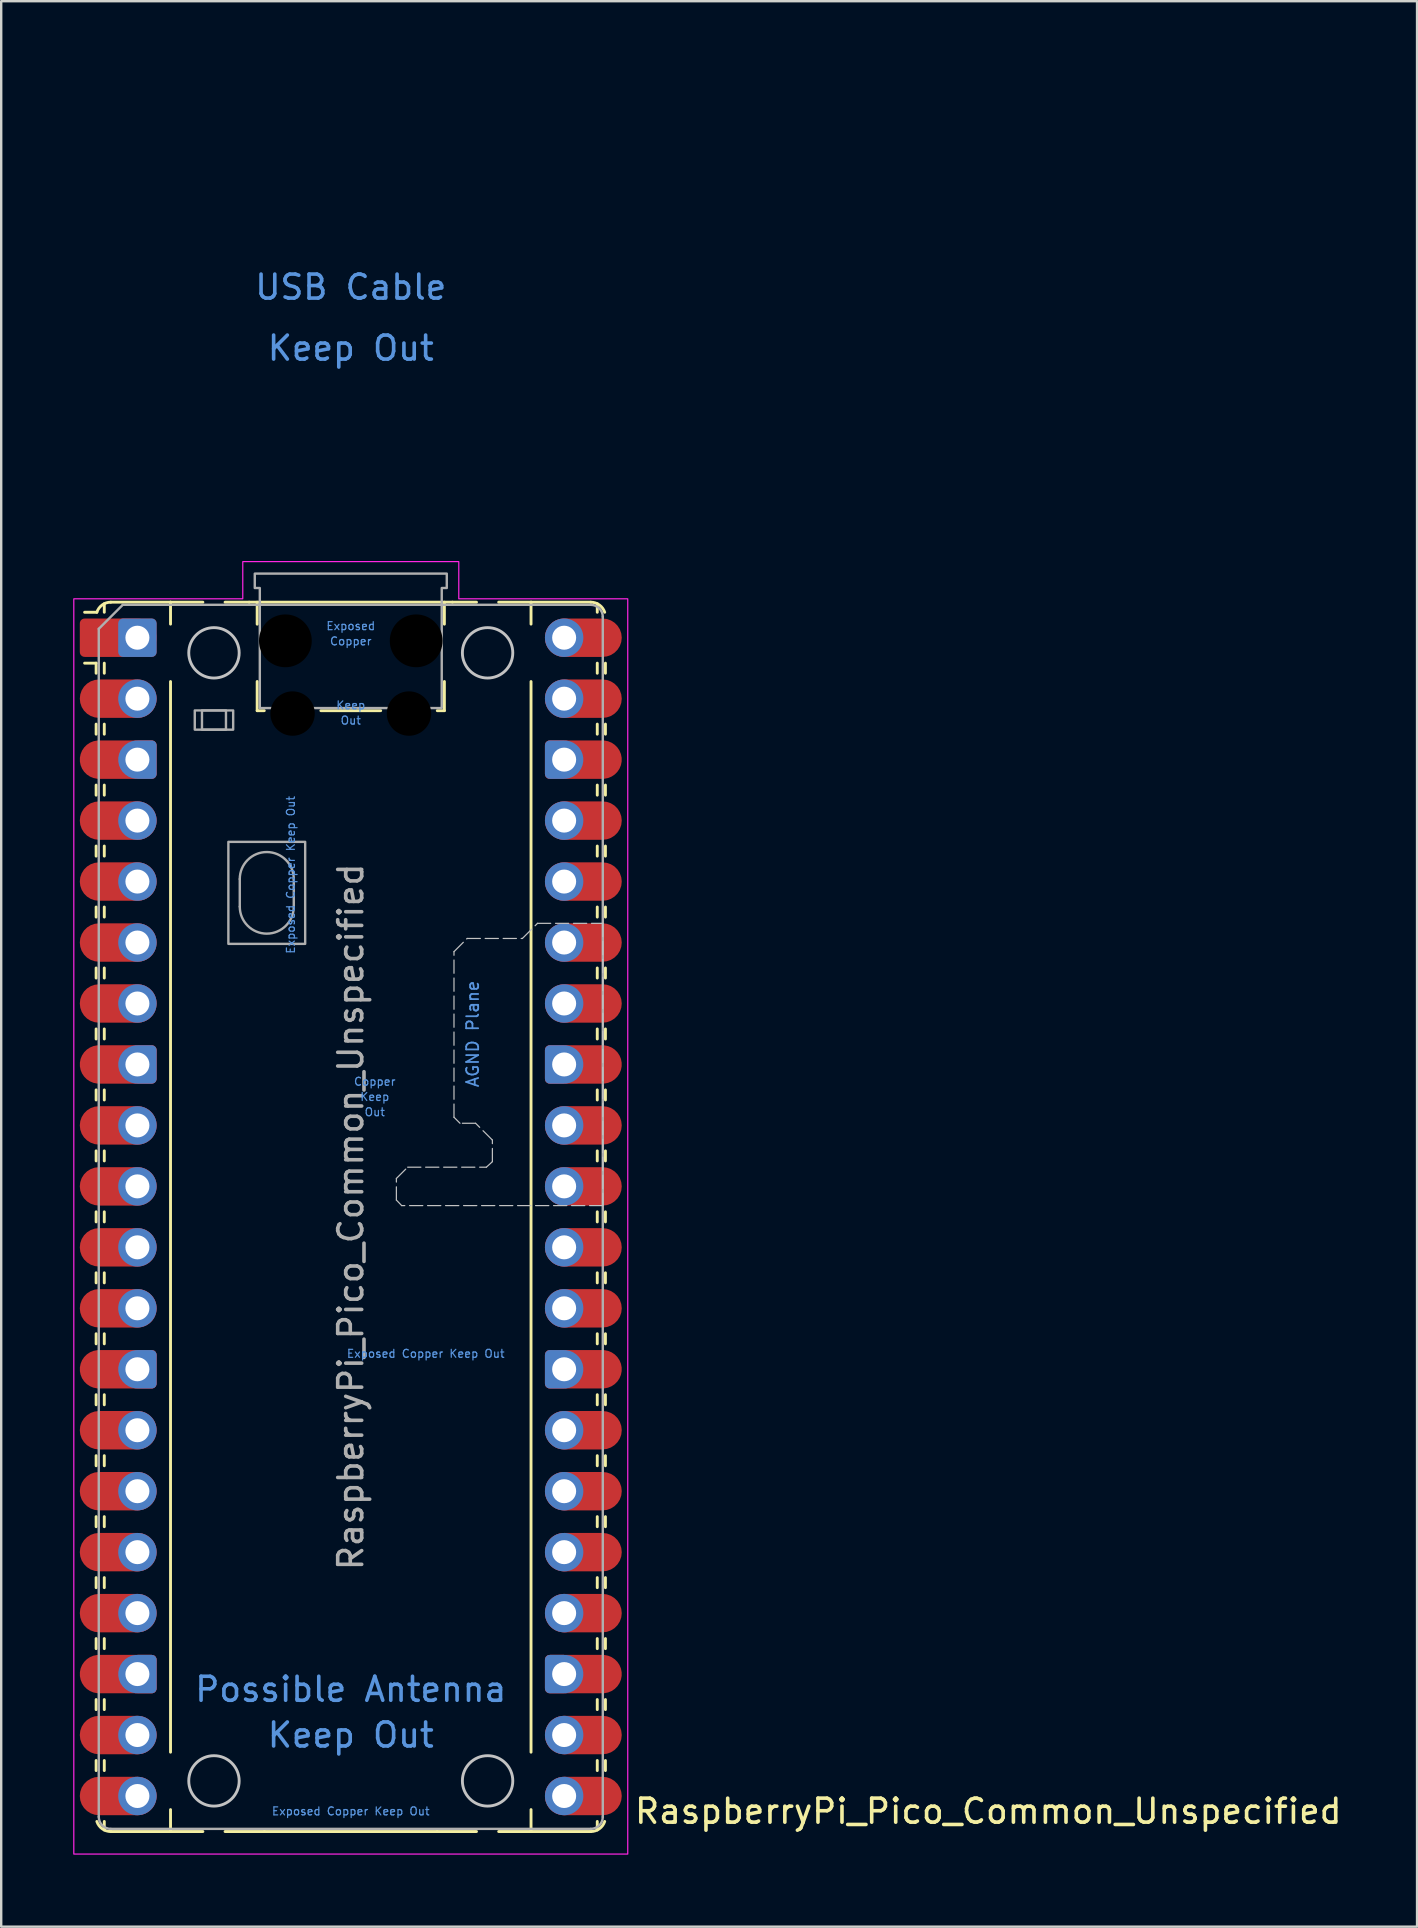
<source format=kicad_pcb>
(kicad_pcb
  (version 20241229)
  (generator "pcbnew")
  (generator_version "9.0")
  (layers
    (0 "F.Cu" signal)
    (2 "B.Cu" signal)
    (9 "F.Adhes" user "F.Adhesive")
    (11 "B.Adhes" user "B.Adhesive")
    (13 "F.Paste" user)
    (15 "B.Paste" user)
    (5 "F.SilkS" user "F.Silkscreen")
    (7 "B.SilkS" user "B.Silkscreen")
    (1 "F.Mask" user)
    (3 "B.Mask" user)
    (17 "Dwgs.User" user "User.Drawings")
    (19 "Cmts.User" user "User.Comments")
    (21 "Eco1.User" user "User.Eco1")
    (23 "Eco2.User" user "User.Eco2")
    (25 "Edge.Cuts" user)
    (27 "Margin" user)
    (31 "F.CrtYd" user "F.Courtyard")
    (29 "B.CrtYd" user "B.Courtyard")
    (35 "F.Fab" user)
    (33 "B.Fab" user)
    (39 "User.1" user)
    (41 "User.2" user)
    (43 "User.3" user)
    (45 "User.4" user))
  (footprint "RaspberryPi_Pico_Common_Unspecified"
    (layer "F.Cu")
    (at 11.565 47.65)
    (property "Reference" "RaspberryPi_Pico_Common_Unspecified" (at 11.748 24.765 0) (unlocked yes) (layer "F.SilkS") (effects (font (size 1 1) (thickness 0.15)) (justify left)))
    (attr through_hole)
    (fp_line (start -10.61 -23.07) (end -11.09 -23.07) (stroke (width 0.12) (type solid)) (layer "F.SilkS"))
    (fp_line (start -10.61 -23.07) (end -10.61 -22.65) (stroke (width 0.12) (type solid)) (layer "F.SilkS"))
    (fp_line (start -10.61 -20.53) (end -10.61 -20.11) (stroke (width 0.12) (type solid)) (layer "F.SilkS"))
    (fp_line (start -10.61 -17.99) (end -10.61 -17.57) (stroke (width 0.12) (type solid)) (layer "F.SilkS"))
    (fp_line (start -10.61 -15.45) (end -10.61 -15.03) (stroke (width 0.12) (type solid)) (layer "F.SilkS"))
    (fp_line (start -10.61 -12.91) (end -10.61 -12.49) (stroke (width 0.12) (type solid)) (layer "F.SilkS"))
    (fp_line (start -10.61 -10.37) (end -10.61 -9.95) (stroke (width 0.12) (type solid)) (layer "F.SilkS"))
    (fp_line (start -10.61 -7.83) (end -10.61 -7.41) (stroke (width 0.12) (type solid)) (layer "F.SilkS"))
    (fp_line (start -10.61 -5.29) (end -10.61 -4.87) (stroke (width 0.12) (type solid)) (layer "F.SilkS"))
    (fp_line (start -10.61 -2.75) (end -10.61 -2.33) (stroke (width 0.12) (type solid)) (layer "F.SilkS"))
    (fp_line (start -10.61 -0.21) (end -10.61 0.21) (stroke (width 0.12) (type solid)) (layer "F.SilkS"))
    (fp_line (start -10.61 2.33) (end -10.61 2.75) (stroke (width 0.12) (type solid)) (layer "F.SilkS"))
    (fp_line (start -10.61 4.87) (end -10.61 5.29) (stroke (width 0.12) (type solid)) (layer "F.SilkS"))
    (fp_line (start -10.61 7.41) (end -10.61 7.83) (stroke (width 0.12) (type solid)) (layer "F.SilkS"))
    (fp_line (start -10.61 9.95) (end -10.61 10.37) (stroke (width 0.12) (type solid)) (layer "F.SilkS"))
    (fp_line (start -10.61 12.49) (end -10.61 12.91) (stroke (width 0.12) (type solid)) (layer "F.SilkS"))
    (fp_line (start -10.61 15.03) (end -10.61 15.45) (stroke (width 0.12) (type solid)) (layer "F.SilkS"))
    (fp_line (start -10.61 17.57) (end -10.61 17.99) (stroke (width 0.12) (type solid)) (layer "F.SilkS"))
    (fp_line (start -10.61 20.11) (end -10.61 20.53) (stroke (width 0.12) (type solid)) (layer "F.SilkS"))
    (fp_line (start -10.61 22.65) (end -10.61 23.07) (stroke (width 0.12) (type solid)) (layer "F.SilkS"))
    (fp_line (start -10.58 -25.19) (end -11.09 -25.19) (stroke (width 0.12) (type solid)) (layer "F.SilkS"))
    (fp_line (start -10.27 -25.19) (end -10.27 -25.547) (stroke (width 0.12) (type solid)) (layer "F.SilkS"))
    (fp_line (start -10.27 -23.07) (end -10.27 -22.65) (stroke (width 0.12) (type solid)) (layer "F.SilkS"))
    (fp_line (start -10.27 -20.53) (end -10.27 -20.11) (stroke (width 0.12) (type solid)) (layer "F.SilkS"))
    (fp_line (start -10.27 -17.99) (end -10.27 -17.57) (stroke (width 0.12) (type solid)) (layer "F.SilkS"))
    (fp_line (start -10.27 -15.45) (end -10.27 -15.03) (stroke (width 0.12) (type solid)) (layer "F.SilkS"))
    (fp_line (start -10.27 -12.91) (end -10.27 -12.49) (stroke (width 0.12) (type solid)) (layer "F.SilkS"))
    (fp_line (start -10.27 -10.37) (end -10.27 -9.95) (stroke (width 0.12) (type solid)) (layer "F.SilkS"))
    (fp_line (start -10.27 -7.83) (end -10.27 -7.41) (stroke (width 0.12) (type solid)) (layer "F.SilkS"))
    (fp_line (start -10.27 -5.29) (end -10.27 -4.87) (stroke (width 0.12) (type solid)) (layer "F.SilkS"))
    (fp_line (start -10.27 -2.75) (end -10.27 -2.33) (stroke (width 0.12) (type solid)) (layer "F.SilkS"))
    (fp_line (start -10.27 -0.21) (end -10.27 0.21) (stroke (width 0.12) (type solid)) (layer "F.SilkS"))
    (fp_line (start -10.27 2.33) (end -10.27 2.75) (stroke (width 0.12) (type solid)) (layer "F.SilkS"))
    (fp_line (start -10.27 4.87) (end -10.27 5.29) (stroke (width 0.12) (type solid)) (layer "F.SilkS"))
    (fp_line (start -10.27 7.41) (end -10.27 7.83) (stroke (width 0.12) (type solid)) (layer "F.SilkS"))
    (fp_line (start -10.27 9.95) (end -10.27 10.37) (stroke (width 0.12) (type solid)) (layer "F.SilkS"))
    (fp_line (start -10.27 12.49) (end -10.27 12.91) (stroke (width 0.12) (type solid)) (layer "F.SilkS"))
    (fp_line (start -10.27 15.03) (end -10.27 15.45) (stroke (width 0.12) (type solid)) (layer "F.SilkS"))
    (fp_line (start -10.27 17.57) (end -10.27 17.99) (stroke (width 0.12) (type solid)) (layer "F.SilkS"))
    (fp_line (start -10.27 20.11) (end -10.27 20.53) (stroke (width 0.12) (type solid)) (layer "F.SilkS"))
    (fp_line (start -10.27 22.65) (end -10.27 23.07) (stroke (width 0.12) (type solid)) (layer "F.SilkS"))
    (fp_line (start -10.27 25.19) (end -10.27 25.547) (stroke (width 0.12) (type solid)) (layer "F.SilkS"))
    (fp_line (start -10 -25.61) (end -7.51 -25.61) (stroke (width 0.12) (type solid)) (layer "F.SilkS"))
    (fp_line (start -10 25.61) (end -6.162 25.61) (stroke (width 0.12) (type solid)) (layer "F.SilkS"))
    (fp_line (start -7.51 -25.61) (end -7.51 -24.696) (stroke (width 0.12) (type solid)) (layer "F.SilkS"))
    (fp_line (start -7.51 -25.61) (end -6.162 -25.61) (stroke (width 0.12) (type solid)) (layer "F.SilkS"))
    (fp_line (start -7.51 -22.304) (end -7.51 22.304) (stroke (width 0.12) (type solid)) (layer "F.SilkS"))
    (fp_line (start -7.51 24.696) (end -7.51 25.61) (stroke (width 0.12) (type solid)) (layer "F.SilkS"))
    (fp_line (start -5.238 -25.61) (end -4.235 -25.61) (stroke (width 0.12) (type solid)) (layer "F.SilkS"))
    (fp_line (start -4.235 -25.61) (end 4.235 -25.61) (stroke (width 0.12) (type solid)) (layer "F.SilkS"))
    (fp_line (start -3.9 -25.61) (end -3.9 -24.694) (stroke (width 0.12) (type solid)) (layer "F.SilkS"))
    (fp_line (start -3.9 -22.306) (end -3.9 -21.09) (stroke (width 0.12) (type solid)) (layer "F.SilkS"))
    (fp_line (start -3.9 -21.09) (end -3.604 -21.09) (stroke (width 0.12) (type solid)) (layer "F.SilkS"))
    (fp_line (start -3.6 25.61) (end -5.238 25.61) (stroke (width 0.12) (type solid)) (layer "F.SilkS"))
    (fp_line (start -1.246 -21.09) (end 1.246 -21.09) (stroke (width 0.12) (type solid)) (layer "F.SilkS"))
    (fp_line (start 3.6 25.61) (end -3.6 25.61) (stroke (width 0.12) (type solid)) (layer "F.SilkS"))
    (fp_line (start 3.604 -21.09) (end 3.9 -21.09) (stroke (width 0.12) (type solid)) (layer "F.SilkS"))
    (fp_line (start 3.9 -25.61) (end 3.9 -24.694) (stroke (width 0.12) (type solid)) (layer "F.SilkS"))
    (fp_line (start 3.9 -22.306) (end 3.9 -21.09) (stroke (width 0.12) (type solid)) (layer "F.SilkS"))
    (fp_line (start 4.235 -25.61) (end 5.238 -25.61) (stroke (width 0.12) (type solid)) (layer "F.SilkS"))
    (fp_line (start 5.238 25.61) (end 3.6 25.61) (stroke (width 0.12) (type solid)) (layer "F.SilkS"))
    (fp_line (start 6.162 -25.61) (end 7.51 -25.61) (stroke (width 0.12) (type solid)) (layer "F.SilkS"))
    (fp_line (start 6.162 25.61) (end 10 25.61) (stroke (width 0.12) (type solid)) (layer "F.SilkS"))
    (fp_line (start 7.51 -25.61) (end 7.51 -24.696) (stroke (width 0.12) (type solid)) (layer "F.SilkS"))
    (fp_line (start 7.51 -22.304) (end 7.51 22.304) (stroke (width 0.12) (type solid)) (layer "F.SilkS"))
    (fp_line (start 7.51 24.696) (end 7.51 25.61) (stroke (width 0.12) (type solid)) (layer "F.SilkS"))
    (fp_line (start 10 -25.61) (end 7.51 -25.61) (stroke (width 0.12) (type solid)) (layer "F.SilkS"))
    (fp_line (start 10.27 -25.19) (end 10.27 -25.547) (stroke (width 0.12) (type solid)) (layer "F.SilkS"))
    (fp_line (start 10.27 -23.07) (end 10.27 -22.65) (stroke (width 0.12) (type solid)) (layer "F.SilkS"))
    (fp_line (start 10.27 -20.53) (end 10.27 -20.11) (stroke (width 0.12) (type solid)) (layer "F.SilkS"))
    (fp_line (start 10.27 -17.99) (end 10.27 -17.57) (stroke (width 0.12) (type solid)) (layer "F.SilkS"))
    (fp_line (start 10.27 -15.45) (end 10.27 -15.03) (stroke (width 0.12) (type solid)) (layer "F.SilkS"))
    (fp_line (start 10.27 -12.91) (end 10.27 -12.49) (stroke (width 0.12) (type solid)) (layer "F.SilkS"))
    (fp_line (start 10.27 -10.37) (end 10.27 -9.95) (stroke (width 0.12) (type solid)) (layer "F.SilkS"))
    (fp_line (start 10.27 -7.83) (end 10.27 -7.41) (stroke (width 0.12) (type solid)) (layer "F.SilkS"))
    (fp_line (start 10.27 -5.29) (end 10.27 -4.87) (stroke (width 0.12) (type solid)) (layer "F.SilkS"))
    (fp_line (start 10.27 -2.75) (end 10.27 -2.33) (stroke (width 0.12) (type solid)) (layer "F.SilkS"))
    (fp_line (start 10.27 -0.21) (end 10.27 0.21) (stroke (width 0.12) (type solid)) (layer "F.SilkS"))
    (fp_line (start 10.27 2.33) (end 10.27 2.75) (stroke (width 0.12) (type solid)) (layer "F.SilkS"))
    (fp_line (start 10.27 4.87) (end 10.27 5.29) (stroke (width 0.12) (type solid)) (layer "F.SilkS"))
    (fp_line (start 10.27 7.41) (end 10.27 7.83) (stroke (width 0.12) (type solid)) (layer "F.SilkS"))
    (fp_line (start 10.27 9.95) (end 10.27 10.37) (stroke (width 0.12) (type solid)) (layer "F.SilkS"))
    (fp_line (start 10.27 12.49) (end 10.27 12.91) (stroke (width 0.12) (type solid)) (layer "F.SilkS"))
    (fp_line (start 10.27 15.03) (end 10.27 15.45) (stroke (width 0.12) (type solid)) (layer "F.SilkS"))
    (fp_line (start 10.27 17.57) (end 10.27 17.99) (stroke (width 0.12) (type solid)) (layer "F.SilkS"))
    (fp_line (start 10.27 20.11) (end 10.27 20.53) (stroke (width 0.12) (type solid)) (layer "F.SilkS"))
    (fp_line (start 10.27 22.65) (end 10.27 23.07) (stroke (width 0.12) (type solid)) (layer "F.SilkS"))
    (fp_line (start 10.27 25.19) (end 10.27 25.547) (stroke (width 0.12) (type solid)) (layer "F.SilkS"))
    (fp_line (start 10.61 -23.07) (end 10.61 -22.65) (stroke (width 0.12) (type solid)) (layer "F.SilkS"))
    (fp_line (start 10.61 -20.53) (end 10.61 -20.11) (stroke (width 0.12) (type solid)) (layer "F.SilkS"))
    (fp_line (start 10.61 -17.99) (end 10.61 -17.57) (stroke (width 0.12) (type solid)) (layer "F.SilkS"))
    (fp_line (start 10.61 -15.45) (end 10.61 -15.03) (stroke (width 0.12) (type solid)) (layer "F.SilkS"))
    (fp_line (start 10.61 -12.91) (end 10.61 -12.49) (stroke (width 0.12) (type solid)) (layer "F.SilkS"))
    (fp_line (start 10.61 -10.37) (end 10.61 -9.95) (stroke (width 0.12) (type solid)) (layer "F.SilkS"))
    (fp_line (start 10.61 -7.83) (end 10.61 -7.41) (stroke (width 0.12) (type solid)) (layer "F.SilkS"))
    (fp_line (start 10.61 -5.29) (end 10.61 -4.87) (stroke (width 0.12) (type solid)) (layer "F.SilkS"))
    (fp_line (start 10.61 -2.75) (end 10.61 -2.33) (stroke (width 0.12) (type solid)) (layer "F.SilkS"))
    (fp_line (start 10.61 -0.21) (end 10.61 0.21) (stroke (width 0.12) (type solid)) (layer "F.SilkS"))
    (fp_line (start 10.61 2.33) (end 10.61 2.75) (stroke (width 0.12) (type solid)) (layer "F.SilkS"))
    (fp_line (start 10.61 4.87) (end 10.61 5.29) (stroke (width 0.12) (type solid)) (layer "F.SilkS"))
    (fp_line (start 10.61 7.41) (end 10.61 7.83) (stroke (width 0.12) (type solid)) (layer "F.SilkS"))
    (fp_line (start 10.61 9.95) (end 10.61 10.37) (stroke (width 0.12) (type solid)) (layer "F.SilkS"))
    (fp_line (start 10.61 12.49) (end 10.61 12.91) (stroke (width 0.12) (type solid)) (layer "F.SilkS"))
    (fp_line (start 10.61 15.03) (end 10.61 15.45) (stroke (width 0.12) (type solid)) (layer "F.SilkS"))
    (fp_line (start 10.61 17.57) (end 10.61 17.99) (stroke (width 0.12) (type solid)) (layer "F.SilkS"))
    (fp_line (start 10.61 20.11) (end 10.61 20.53) (stroke (width 0.12) (type solid)) (layer "F.SilkS"))
    (fp_line (start 10.61 22.65) (end 10.61 23.07) (stroke (width 0.12) (type solid)) (layer "F.SilkS"))
    (fp_arc (start -10.579676 -25.19) (mid -10.357938 -25.493944) (end -10 -25.61) (stroke (width 0.12) (type solid)) (layer "F.SilkS"))
    (fp_arc (start -10 25.61) (mid -10.357937 25.493944) (end -10.579676 25.189937) (stroke (width 0.12) (type solid)) (layer "F.SilkS"))
    (fp_arc (start 10 -25.61) (mid 10.357937 -25.493944) (end 10.579676 -25.189937) (stroke (width 0.12) (type solid)) (layer "F.SilkS"))
    (fp_arc (start 10.579676 25.189937) (mid 10.357946 25.493957) (end 10 25.61) (stroke (width 0.12) (type solid)) (layer "F.SilkS"))
    (fp_circle (center -5.7 -23.5) (end -4.65 -23.5) (stroke (width 0.12) (type solid)) (fill no) (layer "Dwgs.User"))
    (fp_circle (center -5.7 23.5) (end -4.65 23.5) (stroke (width 0.12) (type solid)) (fill no) (layer "Dwgs.User"))
    (fp_circle (center 5.7 -23.5) (end 6.75 -23.5) (stroke (width 0.12) (type solid)) (fill no) (layer "Dwgs.User"))
    (fp_circle (center 5.7 23.5) (end 6.75 23.5) (stroke (width 0.12) (type solid)) (fill no) (layer "Dwgs.User"))
    (fp_poly (pts (xy 10.5 -0.47) (xy 2.12 -0.47) (xy 1.9 -0.7) (xy 1.9 -1.6) (xy 2.37 -2.07) (xy 5.65 -2.07) (xy 5.9 -2.3) (xy 5.9 -3.2) (xy 5.2 -3.9) (xy 4.55 -3.9) (xy 4.3 -4.15) (xy 4.3 -11.05) (xy 4.85 -11.6) (xy 7.15 -11.6) (xy 7.78 -12.23) (xy 10.5 -12.23)) (stroke (width 0.05) (type dash)) (fill no) (layer "Dwgs.User"))
    (fp_poly (pts (xy -4.5 -27.3) (xy 4.5 -27.3) (xy 4.5 -25.75) (xy 11.54 -25.75) (xy 11.54 26.55) (xy -11.54 26.55) (xy -11.54 -25.75) (xy -4.5 -25.75)) (stroke (width 0.05) (type solid)) (fill no) (layer "F.CrtYd"))
    (fp_line (start -10.5 -24.5) (end -9.5 -25.5) (stroke (width 0.1) (type solid)) (layer "F.Fab"))
    (fp_line (start -10.5 25) (end -10.5 -24.5) (stroke (width 0.1) (type solid)) (layer "F.Fab"))
    (fp_line (start -9.5 -25.5) (end 10 -25.5) (stroke (width 0.1) (type solid)) (layer "F.Fab"))
    (fp_line (start -4.625 -14.075) (end -4.625 -12.925) (stroke (width 0.1) (type solid)) (layer "F.Fab"))
    (fp_line (start -2.375 -14.075) (end -2.375 -12.925) (stroke (width 0.1) (type solid)) (layer "F.Fab"))
    (fp_line (start 10 25.5) (end -10 25.5) (stroke (width 0.1) (type solid)) (layer "F.Fab"))
    (fp_line (start 10.5 -25) (end 10.5 25) (stroke (width 0.1) (type solid)) (layer "F.Fab"))
    (fp_rect (start -6.5 -21.1) (end -4.9 -20.3) (stroke (width 0.1) (type solid)) (fill no) (layer "F.Fab"))
    (fp_rect (start -6.2 -21.1) (end -5.2 -20.3) (stroke (width 0.1) (type solid)) (fill no) (layer "F.Fab"))
    (fp_rect (start -5.1 -15.625) (end -1.9 -11.375) (stroke (width 0.1) (type solid)) (fill no) (layer "F.Fab"))
    (fp_arc (start -10 25.5) (mid -10.353553 25.353553) (end -10.5 25) (stroke (width 0.1) (type solid)) (layer "F.Fab"))
    (fp_arc (start -4.625 -14.075) (mid -3.5 -15.2) (end -2.375 -14.075) (stroke (width 0.1) (type solid)) (layer "F.Fab"))
    (fp_arc (start -2.375 -12.925) (mid -3.5 -11.8) (end -4.625 -12.925) (stroke (width 0.1) (type solid)) (layer "F.Fab"))
    (fp_arc (start 10 -25.5) (mid 10.353553 -25.353553) (end 10.5 -25) (stroke (width 0.1) (type solid)) (layer "F.Fab"))
    (fp_arc (start 10.5 25) (mid 10.353553 25.353553) (end 10 25.5) (stroke (width 0.1) (type solid)) (layer "F.Fab"))
    (fp_poly (pts (xy 3.79 -21.2) (xy 3.79 -26.2) (xy 4 -26.2) (xy 4 -26.8) (xy -4 -26.8) (xy -4 -26.2) (xy -3.79 -26.2) (xy -3.79 -21.2)) (stroke (width 0.1) (type solid)) (fill no) (layer "F.Fab"))
    (fp_text user "Copper" (at 1 -5.635 0) (unlocked yes) (layer "Cmts.User") (effects (font (size 0.333 0.333) (thickness 0.05))))
    (fp_text user "USB Cable" (at 0 -38.735 0) (unlocked yes) (layer "Cmts.User") (effects (font (size 1 1) (thickness 0.15))))
    (fp_text user "AGND Plane" (at 5.08 -7.62 90) (unlocked yes) (layer "Cmts.User") (effects (font (size 0.5 0.5) (thickness 0.075))))
    (fp_text user "Keep Out" (at 0 -36.195 0) (unlocked yes) (layer "Cmts.User") (effects (font (size 1 1) (thickness 0.15))))
    (fp_text user "Out" (at 1 -4.365 0) (unlocked yes) (layer "Cmts.User") (effects (font (size 0.333 0.333) (thickness 0.05))))
    (fp_text user "Keep" (at 0 -21.317 0) (unlocked yes) (layer "Cmts.User") (effects (font (size 0.333 0.333) (thickness 0.05))))
    (fp_text user "Exposed Copper Keep Out" (at 0 24.765 0) (unlocked yes) (layer "Cmts.User") (effects (font (size 0.333 0.333) (thickness 0.05))))
    (fp_text user "Possible Antenna" (at 0 19.685 0) (unlocked yes) (layer "Cmts.User") (effects (font (size 1 1) (thickness 0.15))))
    (fp_text user "Out" (at 0 -20.683 0) (unlocked yes) (layer "Cmts.User") (effects (font (size 0.333 0.333) (thickness 0.05))))
    (fp_text user "Keep" (at 1 -5 0) (unlocked yes) (layer "Cmts.User") (effects (font (size 0.333 0.333) (thickness 0.05))))
    (fp_text user "Keep Out" (at 0 21.59 0) (unlocked yes) (layer "Cmts.User") (effects (font (size 1 1) (thickness 0.15))))
    (fp_text user "Exposed" (at 0 -24.617 0) (unlocked yes) (layer "Cmts.User") (effects (font (size 0.333 0.333) (thickness 0.05))))
    (fp_text user "Exposed Copper Keep Out" (at -2.5 -14.25 90) (unlocked yes) (layer "Cmts.User") (effects (font (size 0.333 0.333) (thickness 0.05))))
    (fp_text user "Copper" (at 0 -23.983 0) (unlocked yes) (layer "Cmts.User") (effects (font (size 0.333 0.333) (thickness 0.05))))
    (fp_text user "Exposed Copper Keep Out" (at 3.124 5.7 0) (unlocked yes) (layer "Cmts.User") (effects (font (size 0.333 0.333) (thickness 0.05))))
    (fp_text user "${REFERENCE}" (at 0 0 90) (layer "F.Fab") (effects (font (size 1 1) (thickness 0.15))))
    (pad "" np_thru_hole circle (at -2.725 -24) (size 2.2 2.2) (drill 2.2) (layers "*.Mask"))
    (pad "" np_thru_hole circle (at -2.425 -20.97) (size 1.85 1.85) (drill 1.85) (layers "*.Mask"))
    (pad "" np_thru_hole circle (at 2.425 -20.97) (size 1.85 1.85) (drill 1.85) (layers "*.Mask"))
    (pad "" np_thru_hole circle (at 2.725 -24) (size 2.2 2.2) (drill 2.2) (layers "*.Mask"))
    (pad "1" smd custom (at -9.69 -24.13) (size 1.6 0.8) (layers "F.Cu" "F.Mask") (options (anchor rect)) (primitives (gr_circle (center 0.8 0) (end 1.6 0) (width 0) (fill yes)) (gr_poly (pts (xy -1.6 -0.6) (xy -1.6 0.6) (xy -1.4 0.8) (xy 0.8 0.8) (xy 0.8 -0.8) (xy -1.4 -0.8)) (width 0) (fill yes)) (gr_circle (center -1.4 -0.6) (end -1.2 -0.6) (width 0) (fill yes)) (gr_circle (center -1.4 0.6) (end -1.2 0.6) (width 0) (fill yes))))
    (pad "1" thru_hole roundrect (at -8.89 -24.13) (size 1.6 1.6) (drill 1) (layers "*.Cu" "*.Mask") (roundrect_rratio 0.125))
    (pad "2" smd roundrect (at -9.69 -21.59) (size 3.2 1.6) (layers "F.Cu" "F.Mask") (roundrect_rratio 0.5))
    (pad "2" thru_hole circle (at -8.89 -21.59) (size 1.6 1.6) (drill 1) (layers "*.Cu" "*.Mask"))
    (pad "3" smd custom (at -9.69 -19.05) (size 1.6 0.8) (layers "F.Cu" "F.Mask") (options (anchor rect)) (primitives (gr_circle (center -0.8 0) (end 0 0) (width 0) (fill yes)) (gr_poly (pts (xy 1.6 -0.6) (xy 1.6 0.6) (xy 1.4 0.8) (xy -0.8 0.8) (xy -0.8 -0.8) (xy 1.4 -0.8)) (width 0) (fill yes)) (gr_circle (center 1.4 -0.6) (end 1.6 -0.6) (width 0) (fill yes)) (gr_circle (center 1.4 0.6) (end 1.6 0.6) (width 0) (fill yes))))
    (pad "3" thru_hole custom (at -8.89 -19.05) (size 1.6 1.6) (drill 1) (layers "*.Cu" "*.Mask") (options (anchor circle)) (primitives (gr_poly (pts (xy 0.8 0.6) (xy 0.8 -0.6) (xy 0.6 -0.8) (xy 0 -0.8) (xy 0 0.8) (xy 0.6 0.8)) (width 0) (fill yes)) (gr_circle (center 0.6 0.6) (end 0.8 0.6) (width 0) (fill yes)) (gr_circle (center 0.6 -0.6) (end 0.8 -0.6) (width 0) (fill yes))))
    (pad "4" smd roundrect (at -9.69 -16.51) (size 3.2 1.6) (layers "F.Cu" "F.Mask") (roundrect_rratio 0.5))
    (pad "4" thru_hole circle (at -8.89 -16.51) (size 1.6 1.6) (drill 1) (layers "*.Cu" "*.Mask"))
    (pad "5" smd roundrect (at -9.69 -13.97) (size 3.2 1.6) (layers "F.Cu" "F.Mask") (roundrect_rratio 0.5))
    (pad "5" thru_hole circle (at -8.89 -13.97) (size 1.6 1.6) (drill 1) (layers "*.Cu" "*.Mask"))
    (pad "6" smd roundrect (at -9.69 -11.43) (size 3.2 1.6) (layers "F.Cu" "F.Mask") (roundrect_rratio 0.5))
    (pad "6" thru_hole circle (at -8.89 -11.43) (size 1.6 1.6) (drill 1) (layers "*.Cu" "*.Mask"))
    (pad "7" smd roundrect (at -9.69 -8.89) (size 3.2 1.6) (layers "F.Cu" "F.Mask") (roundrect_rratio 0.5))
    (pad "7" thru_hole circle (at -8.89 -8.89) (size 1.6 1.6) (drill 1) (layers "*.Cu" "*.Mask"))
    (pad "8" smd custom (at -9.69 -6.35) (size 1.6 0.8) (layers "F.Cu" "F.Mask") (options (anchor rect)) (primitives (gr_circle (center -0.8 0) (end 0 0) (width 0) (fill yes)) (gr_poly (pts (xy 1.6 -0.6) (xy 1.6 0.6) (xy 1.4 0.8) (xy -0.8 0.8) (xy -0.8 -0.8) (xy 1.4 -0.8)) (width 0) (fill yes)) (gr_circle (center 1.4 -0.6) (end 1.6 -0.6) (width 0) (fill yes)) (gr_circle (center 1.4 0.6) (end 1.6 0.6) (width 0) (fill yes))))
    (pad "8" thru_hole custom (at -8.89 -6.35) (size 1.6 1.6) (drill 1) (layers "*.Cu" "*.Mask") (options (anchor circle)) (primitives (gr_poly (pts (xy 0.8 0.6) (xy 0.8 -0.6) (xy 0.6 -0.8) (xy 0 -0.8) (xy 0 0.8) (xy 0.6 0.8)) (width 0) (fill yes)) (gr_circle (center 0.6 0.6) (end 0.8 0.6) (width 0) (fill yes)) (gr_circle (center 0.6 -0.6) (end 0.8 -0.6) (width 0) (fill yes))))
    (pad "9" smd roundrect (at -9.69 -3.81) (size 3.2 1.6) (layers "F.Cu" "F.Mask") (roundrect_rratio 0.5))
    (pad "9" thru_hole circle (at -8.89 -3.81) (size 1.6 1.6) (drill 1) (layers "*.Cu" "*.Mask"))
    (pad "10" smd roundrect (at -9.69 -1.27) (size 3.2 1.6) (layers "F.Cu" "F.Mask") (roundrect_rratio 0.5))
    (pad "10" thru_hole circle (at -8.89 -1.27) (size 1.6 1.6) (drill 1) (layers "*.Cu" "*.Mask"))
    (pad "11" smd roundrect (at -9.69 1.27) (size 3.2 1.6) (layers "F.Cu" "F.Mask") (roundrect_rratio 0.5))
    (pad "11" thru_hole circle (at -8.89 1.27) (size 1.6 1.6) (drill 1) (layers "*.Cu" "*.Mask"))
    (pad "12" smd roundrect (at -9.69 3.81) (size 3.2 1.6) (layers "F.Cu" "F.Mask") (roundrect_rratio 0.5))
    (pad "12" thru_hole circle (at -8.89 3.81) (size 1.6 1.6) (drill 1) (layers "*.Cu" "*.Mask"))
    (pad "13" smd custom (at -9.69 6.35) (size 1.6 0.8) (layers "F.Cu" "F.Mask") (options (anchor rect)) (primitives (gr_circle (center -0.8 0) (end 0 0) (width 0) (fill yes)) (gr_poly (pts (xy 1.6 -0.6) (xy 1.6 0.6) (xy 1.4 0.8) (xy -0.8 0.8) (xy -0.8 -0.8) (xy 1.4 -0.8)) (width 0) (fill yes)) (gr_circle (center 1.4 -0.6) (end 1.6 -0.6) (width 0) (fill yes)) (gr_circle (center 1.4 0.6) (end 1.6 0.6) (width 0) (fill yes))))
    (pad "13" thru_hole custom (at -8.89 6.35) (size 1.6 1.6) (drill 1) (layers "*.Cu" "*.Mask") (options (anchor circle)) (primitives (gr_poly (pts (xy 0.8 0.6) (xy 0.8 -0.6) (xy 0.6 -0.8) (xy 0 -0.8) (xy 0 0.8) (xy 0.6 0.8)) (width 0) (fill yes)) (gr_circle (center 0.6 0.6) (end 0.8 0.6) (width 0) (fill yes)) (gr_circle (center 0.6 -0.6) (end 0.8 -0.6) (width 0) (fill yes))))
    (pad "14" smd roundrect (at -9.69 8.89) (size 3.2 1.6) (layers "F.Cu" "F.Mask") (roundrect_rratio 0.5))
    (pad "14" thru_hole circle (at -8.89 8.89) (size 1.6 1.6) (drill 1) (layers "*.Cu" "*.Mask"))
    (pad "15" smd roundrect (at -9.69 11.43) (size 3.2 1.6) (layers "F.Cu" "F.Mask") (roundrect_rratio 0.5))
    (pad "15" thru_hole circle (at -8.89 11.43) (size 1.6 1.6) (drill 1) (layers "*.Cu" "*.Mask"))
    (pad "16" smd roundrect (at -9.69 13.97) (size 3.2 1.6) (layers "F.Cu" "F.Mask") (roundrect_rratio 0.5))
    (pad "16" thru_hole circle (at -8.89 13.97) (size 1.6 1.6) (drill 1) (layers "*.Cu" "*.Mask"))
    (pad "17" smd roundrect (at -9.69 16.51) (size 3.2 1.6) (layers "F.Cu" "F.Mask") (roundrect_rratio 0.5))
    (pad "17" thru_hole circle (at -8.89 16.51) (size 1.6 1.6) (drill 1) (layers "*.Cu" "*.Mask"))
    (pad "18" smd custom (at -9.69 19.05) (size 1.6 0.8) (layers "F.Cu" "F.Mask") (options (anchor rect)) (primitives (gr_circle (center -0.8 0) (end 0 0) (width 0) (fill yes)) (gr_poly (pts (xy 1.6 -0.6) (xy 1.6 0.6) (xy 1.4 0.8) (xy -0.8 0.8) (xy -0.8 -0.8) (xy 1.4 -0.8)) (width 0) (fill yes)) (gr_circle (center 1.4 -0.6) (end 1.6 -0.6) (width 0) (fill yes)) (gr_circle (center 1.4 0.6) (end 1.6 0.6) (width 0) (fill yes))))
    (pad "18" thru_hole custom (at -8.89 19.05) (size 1.6 1.6) (drill 1) (layers "*.Cu" "*.Mask") (options (anchor circle)) (primitives (gr_poly (pts (xy 0.8 0.6) (xy 0.8 -0.6) (xy 0.6 -0.8) (xy 0 -0.8) (xy 0 0.8) (xy 0.6 0.8)) (width 0) (fill yes)) (gr_circle (center 0.6 0.6) (end 0.8 0.6) (width 0) (fill yes)) (gr_circle (center 0.6 -0.6) (end 0.8 -0.6) (width 0) (fill yes))))
    (pad "19" smd roundrect (at -9.69 21.59) (size 3.2 1.6) (layers "F.Cu" "F.Mask") (roundrect_rratio 0.5))
    (pad "19" thru_hole circle (at -8.89 21.59) (size 1.6 1.6) (drill 1) (layers "*.Cu" "*.Mask"))
    (pad "20" smd roundrect (at -9.69 24.13) (size 3.2 1.6) (layers "F.Cu" "F.Mask") (roundrect_rratio 0.5))
    (pad "20" thru_hole circle (at -8.89 24.13) (size 1.6 1.6) (drill 1) (layers "*.Cu" "*.Mask"))
    (pad "21" thru_hole circle (at 8.89 24.13) (size 1.6 1.6) (drill 1) (layers "*.Cu" "*.Mask"))
    (pad "21" smd roundrect (at 9.69 24.13) (size 3.2 1.6) (layers "F.Cu" "F.Mask") (roundrect_rratio 0.5))
    (pad "22" thru_hole circle (at 8.89 21.59) (size 1.6 1.6) (drill 1) (layers "*.Cu" "*.Mask"))
    (pad "22" smd roundrect (at 9.69 21.59) (size 3.2 1.6) (layers "F.Cu" "F.Mask") (roundrect_rratio 0.5))
    (pad "23" thru_hole custom (at 8.89 19.05) (size 1.6 1.6) (drill 1) (layers "*.Cu" "*.Mask") (options (anchor circle)) (primitives (gr_poly (pts (xy -0.8 0.6) (xy -0.8 -0.6) (xy -0.6 -0.8) (xy 0 -0.8) (xy 0 0.8) (xy -0.6 0.8)) (width 0) (fill yes)) (gr_circle (center -0.6 0.6) (end -0.4 0.6) (width 0) (fill yes)) (gr_circle (center -0.6 -0.6) (end -0.4 -0.6) (width 0) (fill yes))))
    (pad "23" smd custom (at 9.69 19.05) (size 1.6 0.8) (layers "F.Cu" "F.Mask") (options (anchor rect)) (primitives (gr_circle (center 0.8 0) (end 1.6 0) (width 0) (fill yes)) (gr_poly (pts (xy -1.6 -0.6) (xy -1.6 0.6) (xy -1.4 0.8) (xy 0.8 0.8) (xy 0.8 -0.8) (xy -1.4 -0.8)) (width 0) (fill yes)) (gr_circle (center -1.4 -0.6) (end -1.2 -0.6) (width 0) (fill yes)) (gr_circle (center -1.4 0.6) (end -1.2 0.6) (width 0) (fill yes))))
    (pad "24" thru_hole circle (at 8.89 16.51) (size 1.6 1.6) (drill 1) (layers "*.Cu" "*.Mask"))
    (pad "24" smd roundrect (at 9.69 16.51) (size 3.2 1.6) (layers "F.Cu" "F.Mask") (roundrect_rratio 0.5))
    (pad "25" thru_hole circle (at 8.89 13.97) (size 1.6 1.6) (drill 1) (layers "*.Cu" "*.Mask"))
    (pad "25" smd roundrect (at 9.69 13.97) (size 3.2 1.6) (layers "F.Cu" "F.Mask") (roundrect_rratio 0.5))
    (pad "26" thru_hole circle (at 8.89 11.43) (size 1.6 1.6) (drill 1) (layers "*.Cu" "*.Mask"))
    (pad "26" smd roundrect (at 9.69 11.43) (size 3.2 1.6) (layers "F.Cu" "F.Mask") (roundrect_rratio 0.5))
    (pad "27" thru_hole circle (at 8.89 8.89) (size 1.6 1.6) (drill 1) (layers "*.Cu" "*.Mask"))
    (pad "27" smd roundrect (at 9.69 8.89) (size 3.2 1.6) (layers "F.Cu" "F.Mask") (roundrect_rratio 0.5))
    (pad "28" thru_hole custom (at 8.89 6.35) (size 1.6 1.6) (drill 1) (layers "*.Cu" "*.Mask") (options (anchor circle)) (primitives (gr_poly (pts (xy -0.8 0.6) (xy -0.8 -0.6) (xy -0.6 -0.8) (xy 0 -0.8) (xy 0 0.8) (xy -0.6 0.8)) (width 0) (fill yes)) (gr_circle (center -0.6 0.6) (end -0.4 0.6) (width 0) (fill yes)) (gr_circle (center -0.6 -0.6) (end -0.4 -0.6) (width 0) (fill yes))))
    (pad "28" smd custom (at 9.69 6.35) (size 1.6 0.8) (layers "F.Cu" "F.Mask") (options (anchor rect)) (primitives (gr_circle (center 0.8 0) (end 1.6 0) (width 0) (fill yes)) (gr_poly (pts (xy -1.6 -0.6) (xy -1.6 0.6) (xy -1.4 0.8) (xy 0.8 0.8) (xy 0.8 -0.8) (xy -1.4 -0.8)) (width 0) (fill yes)) (gr_circle (center -1.4 -0.6) (end -1.2 -0.6) (width 0) (fill yes)) (gr_circle (center -1.4 0.6) (end -1.2 0.6) (width 0) (fill yes))))
    (pad "29" thru_hole circle (at 8.89 3.81) (size 1.6 1.6) (drill 1) (layers "*.Cu" "*.Mask"))
    (pad "29" smd roundrect (at 9.69 3.81) (size 3.2 1.6) (layers "F.Cu" "F.Mask") (roundrect_rratio 0.5))
    (pad "30" thru_hole circle (at 8.89 1.27) (size 1.6 1.6) (drill 1) (layers "*.Cu" "*.Mask"))
    (pad "30" smd roundrect (at 9.69 1.27) (size 3.2 1.6) (layers "F.Cu" "F.Mask") (roundrect_rratio 0.5))
    (pad "31" thru_hole circle (at 8.89 -1.27) (size 1.6 1.6) (drill 1) (layers "*.Cu" "*.Mask"))
    (pad "31" smd roundrect (at 9.69 -1.27) (size 3.2 1.6) (layers "F.Cu" "F.Mask") (roundrect_rratio 0.5))
    (pad "32" thru_hole circle (at 8.89 -3.81) (size 1.6 1.6) (drill 1) (layers "*.Cu" "*.Mask"))
    (pad "32" smd roundrect (at 9.69 -3.81) (size 3.2 1.6) (layers "F.Cu" "F.Mask") (roundrect_rratio 0.5))
    (pad "33" thru_hole custom (at 8.89 -6.35) (size 1.6 1.6) (drill 1) (layers "*.Cu" "*.Mask") (options (anchor circle)) (primitives (gr_poly (pts (xy -0.8 0.6) (xy -0.8 -0.6) (xy -0.6 -0.8) (xy 0 -0.8) (xy 0 0.8) (xy -0.6 0.8)) (width 0) (fill yes)) (gr_circle (center -0.6 0.6) (end -0.4 0.6) (width 0) (fill yes)) (gr_circle (center -0.6 -0.6) (end -0.4 -0.6) (width 0) (fill yes))))
    (pad "33" smd custom (at 9.69 -6.35) (size 1.6 0.8) (layers "F.Cu" "F.Mask") (options (anchor rect)) (primitives (gr_circle (center 0.8 0) (end 1.6 0) (width 0) (fill yes)) (gr_poly (pts (xy -1.6 -0.6) (xy -1.6 0.6) (xy -1.4 0.8) (xy 0.8 0.8) (xy 0.8 -0.8) (xy -1.4 -0.8)) (width 0) (fill yes)) (gr_circle (center -1.4 -0.6) (end -1.2 -0.6) (width 0) (fill yes)) (gr_circle (center -1.4 0.6) (end -1.2 0.6) (width 0) (fill yes))))
    (pad "34" thru_hole circle (at 8.89 -8.89) (size 1.6 1.6) (drill 1) (layers "*.Cu" "*.Mask"))
    (pad "34" smd roundrect (at 9.69 -8.89) (size 3.2 1.6) (layers "F.Cu" "F.Mask") (roundrect_rratio 0.5))
    (pad "35" thru_hole circle (at 8.89 -11.43) (size 1.6 1.6) (drill 1) (layers "*.Cu" "*.Mask"))
    (pad "35" smd roundrect (at 9.69 -11.43) (size 3.2 1.6) (layers "F.Cu" "F.Mask") (roundrect_rratio 0.5))
    (pad "36" thru_hole circle (at 8.89 -13.97) (size 1.6 1.6) (drill 1) (layers "*.Cu" "*.Mask"))
    (pad "36" smd roundrect (at 9.69 -13.97) (size 3.2 1.6) (layers "F.Cu" "F.Mask") (roundrect_rratio 0.5))
    (pad "37" thru_hole circle (at 8.89 -16.51) (size 1.6 1.6) (drill 1) (layers "*.Cu" "*.Mask"))
    (pad "37" smd roundrect (at 9.69 -16.51) (size 3.2 1.6) (layers "F.Cu" "F.Mask") (roundrect_rratio 0.5))
    (pad "38" thru_hole custom (at 8.89 -19.05) (size 1.6 1.6) (drill 1) (layers "*.Cu" "*.Mask") (options (anchor circle)) (primitives (gr_poly (pts (xy -0.8 0.6) (xy -0.8 -0.6) (xy -0.6 -0.8) (xy 0 -0.8) (xy 0 0.8) (xy -0.6 0.8)) (width 0) (fill yes)) (gr_circle (center -0.6 0.6) (end -0.4 0.6) (width 0) (fill yes)) (gr_circle (center -0.6 -0.6) (end -0.4 -0.6) (width 0) (fill yes))))
    (pad "38" smd custom (at 9.69 -19.05) (size 1.6 0.8) (layers "F.Cu" "F.Mask") (options (anchor rect)) (primitives (gr_circle (center 0.8 0) (end 1.6 0) (width 0) (fill yes)) (gr_poly (pts (xy -1.6 -0.6) (xy -1.6 0.6) (xy -1.4 0.8) (xy 0.8 0.8) (xy 0.8 -0.8) (xy -1.4 -0.8)) (width 0) (fill yes)) (gr_circle (center -1.4 -0.6) (end -1.2 -0.6) (width 0) (fill yes)) (gr_circle (center -1.4 0.6) (end -1.2 0.6) (width 0) (fill yes))))
    (pad "39" thru_hole circle (at 8.89 -21.59) (size 1.6 1.6) (drill 1) (layers "*.Cu" "*.Mask"))
    (pad "39" smd roundrect (at 9.69 -21.59) (size 3.2 1.6) (layers "F.Cu" "F.Mask") (roundrect_rratio 0.5))
    (pad "40" thru_hole circle (at 8.89 -24.13) (size 1.6 1.6) (drill 1) (layers "*.Cu" "*.Mask"))
    (pad "40" smd roundrect (at 9.69 -24.13) (size 3.2 1.6) (layers "F.Cu" "F.Mask") (roundrect_rratio 0.5))
    (zone (net_name "") (layers "F.Cu" "B.Cu" "F.Paste" "B.Paste") (name "Antenna Copper Keep Out") (hatch full 0.5) (connect_pads) (min_thickness 0.254) (filled_areas_thickness no) (keepout (tracks not_allowed) (vias not_allowed) (pads not_allowed) (copperpour not_allowed) (footprints allowed)) (placement (enabled no)) (fill) (polygon (pts (xy 9.165 72.64) (xy 4.465 68.99) (xy 4.465 64.65) (xy 18.665 64.65) (xy 18.665 68.99) (xy 13.965 72.64) (xy 13.965 73.65) (xy 9.165 73.65))))
    (zone (net_name "") (layers "F.Cu" "F.Paste") (name "Pad Keep Out D1-W") (hatch full 0.5) (connect_pads) (min_thickness 0.25) (filled_areas_thickness no) (keepout (tracks not_allowed) (vias not_allowed) (pads not_allowed) (copperpour not_allowed) (footprints allowed)) (placement (enabled no)) (fill) (polygon (pts (xy 11.194 52.45) (xy 11.249 52.395) (xy 11.322 52.365) (xy 11.362 52.363) (xy 12.149 52.363) (xy 12.149 54.337) (xy 11.362 54.337) (xy 11.322 54.335) (xy 11.249 54.305) (xy 11.194 54.25) (xy 11.164 54.177) (xy 11.162 54.137) (xy 11.162 52.563) (xy 11.164 52.523))))
    (zone (net_name "") (layers "F.Cu" "F.Paste") (name "Pad Keep Out D1-W") (hatch full 0.5) (connect_pads) (min_thickness 0.25) (filled_areas_thickness no) (keepout (tracks not_allowed) (vias not_allowed) (pads not_allowed) (copperpour not_allowed) (footprints allowed)) (placement (enabled no)) (fill) (polygon (pts (xy 12.937 54.337) (xy 12.149 54.337) (xy 12.149 52.363) (xy 12.937 52.363) (xy 12.976 52.365) (xy 13.049 52.395) (xy 13.104 52.45) (xy 13.135 52.523) (xy 13.136 52.563) (xy 13.136 54.137) (xy 13.135 54.177) (xy 13.104 54.25) (xy 13.049 54.305) (xy 12.976 54.335))))
    (zone (net_name "") (layers "F.Cu" "F.Paste") (name "Pad Keep Out TP6") (hatch full 0.5) (connect_pads) (min_thickness 0.25) (filled_areas_thickness no) (keepout (tracks not_allowed) (vias not_allowed) (pads not_allowed) (copperpour not_allowed) (footprints allowed)) (placement (enabled no)) (fill) (polygon (pts (xy 8.549 37.598) (xy 8.423 37.564) (xy 8.309 37.498) (xy 8.217 37.406) (xy 8.151 37.292) (xy 8.117 37.166) (xy 8.115 37.1) (xy 8.115 33.4) (xy 10.015 33.4) (xy 10.015 37.1) (xy 10.013 37.166) (xy 9.979 37.292) (xy 9.913 37.406) (xy 9.821 37.498) (xy 9.707 37.564) (xy 9.581 37.598) (xy 9.515 37.6) (xy 8.615 37.6))))
    (zone (net_name "") (layers "F.Cu" "F.Paste") (name "Pad Keep Out TP3") (hatch full 0.5) (connect_pads) (min_thickness 0.25) (filled_areas_thickness no) (keepout (tracks not_allowed) (vias not_allowed) (pads not_allowed) (copperpour not_allowed) (footprints allowed)) (placement (enabled no)) (fill) (polygon (pts (xy 9.617 22.834) (xy 9.651 22.708) (xy 9.717 22.594) (xy 9.809 22.502) (xy 9.923 22.436) (xy 10.049 22.402) (xy 10.115 22.4) (xy 10.565 22.4) (xy 10.565 24.3) (xy 10.115 24.3) (xy 10.049 24.298) (xy 9.923 24.264) (xy 9.809 24.198) (xy 9.717 24.106) (xy 9.651 23.992) (xy 9.617 23.866) (xy 9.615 23.8) (xy 9.615 22.9))))
    (zone (net_name "") (layers "F.Cu" "F.Paste") (name "Pad Keep Out TP4") (hatch full 0.5) (connect_pads) (min_thickness 0.25) (filled_areas_thickness no) (keepout (tracks not_allowed) (vias not_allowed) (pads not_allowed) (copperpour not_allowed) (footprints allowed)) (placement (enabled no)) (fill) (polygon (pts (xy 10.015 33.4) (xy 10.015 29.7) (xy 10.013 29.634) (xy 9.979 29.508) (xy 9.913 29.394) (xy 9.821 29.302) (xy 9.707 29.236) (xy 9.581 29.202) (xy 9.515 29.2) (xy 8.615 29.2) (xy 8.549 29.202) (xy 8.423 29.236) (xy 8.309 29.302) (xy 8.217 29.394) (xy 8.151 29.508) (xy 8.117 29.634) (xy 8.115 29.7) (xy 8.115 33.4))))
    (zone (net_name "") (layers "F.Cu" "F.Paste") (name "Pad Keep Out TP3") (hatch full 0.5) (connect_pads) (min_thickness 0.25) (filled_areas_thickness no) (keepout (tracks not_allowed) (vias not_allowed) (pads not_allowed) (copperpour not_allowed) (footprints allowed)) (placement (enabled no)) (fill) (polygon (pts (xy 10.565 24.3) (xy 11.015 24.3) (xy 11.081 24.298) (xy 11.207 24.264) (xy 11.321 24.198) (xy 11.413 24.106) (xy 11.479 23.992) (xy 11.513 23.866) (xy 11.515 23.8) (xy 11.515 22.9) (xy 11.513 22.834) (xy 11.479 22.708) (xy 11.413 22.594) (xy 11.321 22.502) (xy 11.207 22.436) (xy 11.081 22.402) (xy 11.015 22.4) (xy 10.565 22.4))))
    (zone (net_name "") (layers "F.Cu" "F.Paste") (name "Pad Keep Out TP1") (hatch full 0.5) (connect_pads) (min_thickness 0.25) (filled_areas_thickness no) (keepout (tracks not_allowed) (vias not_allowed) (pads not_allowed) (copperpour not_allowed) (footprints allowed)) (placement (enabled no)) (fill) (polygon (pts (xy 10.617 26.134) (xy 10.651 26.008) (xy 10.717 25.894) (xy 10.809 25.802) (xy 10.923 25.736) (xy 11.049 25.702) (xy 11.115 25.7) (xy 11.565 25.7) (xy 11.565 27.6) (xy 11.115 27.6) (xy 11.049 27.598) (xy 10.923 27.564) (xy 10.809 27.498) (xy 10.717 27.406) (xy 10.651 27.292) (xy 10.617 27.166) (xy 10.615 27.1) (xy 10.615 26.2))))
    (zone (net_name "") (layers "F.Cu" "F.Paste") (name "Pad Keep Out TP1") (hatch full 0.5) (connect_pads) (min_thickness 0.25) (filled_areas_thickness no) (keepout (tracks not_allowed) (vias not_allowed) (pads not_allowed) (copperpour not_allowed) (footprints allowed)) (placement (enabled no)) (fill) (polygon (pts (xy 11.565 27.6) (xy 12.015 27.6) (xy 12.081 27.598) (xy 12.207 27.564) (xy 12.321 27.498) (xy 12.413 27.406) (xy 12.479 27.292) (xy 12.513 27.166) (xy 12.515 27.1) (xy 12.515 26.2) (xy 12.513 26.134) (xy 12.479 26.008) (xy 12.413 25.894) (xy 12.321 25.802) (xy 12.207 25.736) (xy 12.081 25.702) (xy 12.015 25.7) (xy 11.565 25.7))))
    (zone (net_name "") (layers "F.Cu" "F.Paste") (name "Pad Keep Out TP2") (hatch full 0.5) (connect_pads) (min_thickness 0.25) (filled_areas_thickness no) (keepout (tracks not_allowed) (vias not_allowed) (pads not_allowed) (copperpour not_allowed) (footprints allowed)) (placement (enabled no)) (fill) (polygon (pts (xy 11.617 22.849) (xy 11.651 22.723) (xy 11.717 22.609) (xy 11.809 22.517) (xy 11.923 22.451) (xy 12.049 22.417) (xy 12.115 22.415) (xy 12.565 22.415) (xy 12.565 24.315) (xy 12.115 24.315) (xy 12.049 24.313) (xy 11.923 24.279) (xy 11.809 24.213) (xy 11.717 24.121) (xy 11.651 24.007) (xy 11.617 23.881) (xy 11.615 23.815) (xy 11.615 22.915))))
    (zone (net_name "") (layers "F.Cu" "F.Paste") (name "Pad Keep Out TP7") (hatch full 0.5) (connect_pads) (min_thickness 0.25) (filled_areas_thickness no) (keepout (tracks not_allowed) (vias not_allowed) (pads not_allowed) (copperpour not_allowed) (footprints allowed)) (placement (enabled no)) (fill) (polygon (pts (xy 11.617 42.134) (xy 11.651 42.008) (xy 11.717 41.894) (xy 11.809 41.802) (xy 11.923 41.736) (xy 12.049 41.702) (xy 12.115 41.7) (xy 12.565 41.7) (xy 12.565 43.6) (xy 12.115 43.6) (xy 12.049 43.598) (xy 11.923 43.564) (xy 11.809 43.498) (xy 11.717 43.406) (xy 11.651 43.292) (xy 11.617 43.166) (xy 11.615 43.1) (xy 11.615 42.2))))
    (zone (net_name "") (layers "F.Cu" "F.Paste") (name "Pad Keep Out TP2") (hatch full 0.5) (connect_pads) (min_thickness 0.25) (filled_areas_thickness no) (keepout (tracks not_allowed) (vias not_allowed) (pads not_allowed) (copperpour not_allowed) (footprints allowed)) (placement (enabled no)) (fill) (polygon (pts (xy 12.565 24.315) (xy 13.015 24.315) (xy 13.081 24.313) (xy 13.207 24.279) (xy 13.321 24.213) (xy 13.413 24.121) (xy 13.479 24.007) (xy 13.513 23.881) (xy 13.515 23.815) (xy 13.515 22.915) (xy 13.513 22.849) (xy 13.479 22.723) (xy 13.413 22.609) (xy 13.321 22.517) (xy 13.207 22.451) (xy 13.081 22.417) (xy 13.015 22.415) (xy 12.565 22.415))))
    (zone (net_name "") (layers "F.Cu" "F.Paste") (name "Pad Keep Out TP7") (hatch full 0.5) (connect_pads) (min_thickness 0.25) (filled_areas_thickness no) (keepout (tracks not_allowed) (vias not_allowed) (pads not_allowed) (copperpour not_allowed) (footprints allowed)) (placement (enabled no)) (fill) (polygon (pts (xy 12.565 43.6) (xy 13.015 43.6) (xy 13.081 43.598) (xy 13.207 43.564) (xy 13.321 43.498) (xy 13.413 43.406) (xy 13.479 43.292) (xy 13.513 43.166) (xy 13.515 43.1) (xy 13.515 42.2) (xy 13.513 42.134) (xy 13.479 42.008) (xy 13.413 41.894) (xy 13.321 41.802) (xy 13.207 41.736) (xy 13.081 41.702) (xy 13.015 41.7) (xy 12.565 41.7))))
    (zone (net_name "") (layers "F.Cu" "F.Paste") (name "Pad Keep Out D2") (hatch full 0.5) (connect_pads) (min_thickness 0.25) (filled_areas_thickness no) (keepout (tracks not_allowed) (vias not_allowed) (pads not_allowed) (copperpour not_allowed) (footprints allowed)) (placement (enabled no)) (fill) (polygon (pts (xy 10.965 70.55) (xy 11.565 70.55) (arc (start 11.565 74.15) (mid 10.857893 73.857107) (end 10.565 73.15)) (xy 10.565 70.95) (xy 10.567 70.887) (xy 10.606 70.767) (xy 10.68 70.665) (xy 10.782 70.591) (xy 10.902 70.552))))
    (zone (net_name "") (layers "F.Cu" "F.Paste") (name "Pad Keep Out D2") (hatch full 0.5) (connect_pads) (min_thickness 0.25) (filled_areas_thickness no) (keepout (tracks not_allowed) (vias not_allowed) (pads not_allowed) (copperpour not_allowed) (footprints allowed)) (placement (enabled no)) (fill) (polygon (pts (xy 12.165 70.55) (xy 12.228 70.552) (xy 12.348 70.591) (xy 12.45 70.665) (xy 12.524 70.767) (xy 12.563 70.887) (xy 12.565 70.95) (arc (start 12.565 73.15) (mid 12.272107 73.857107) (end 11.565 74.15)) (xy 11.565 70.55))))
    (zone (net_name "") (layers "F.Cu" "F.Paste") (name "Pad Keep Out D2-W") (hatch full 0.508) (connect_pads) (min_thickness 0.254) (filled_areas_thickness no) (keepout (tracks not_allowed) (vias not_allowed) (pads not_allowed) (copperpour not_allowed) (footprints allowed)) (placement (enabled no)) (fill) (polygon (pts (xy 15.681 53.35) (xy 15.662 53.157) (xy 15.606 52.972) (xy 15.516 52.801) (xy 15.393 52.651) (xy 15.244 52.527) (xy 15.074 52.435) (xy 14.889 52.378) (xy 14.696 52.358) (xy 14.503 52.375) (xy 14.317 52.43) (xy 14.146 52.52) (xy 13.995 52.641) (xy 13.87 52.789) (xy 13.777 52.959) (xy 13.719 53.144) (xy 13.697 53.336) (xy 13.713 53.529) (xy 13.767 53.715) (xy 13.855 53.887) (xy 13.975 54.039) (xy 14.123 54.165) (xy 14.292 54.259) (xy 14.476 54.319) (xy 14.668 54.342) (xy 14.861 54.327) (xy 15.048 54.275) (xy 15.221 54.188) (xy 15.373 54.069) (xy 15.5 53.922) (xy 15.595 53.754) (xy 15.657 53.57) (xy 15.681 53.378))))
    (zone (net_name "") (layers "F.Cu" "F.Paste") (name "Pad Keep Out D3-W") (hatch full 0.508) (connect_pads) (min_thickness 0.254) (filled_areas_thickness no) (keepout (tracks not_allowed) (vias not_allowed) (pads not_allowed) (copperpour not_allowed) (footprints allowed)) (placement (enabled no)) (fill) (polygon (pts (xy 18.221 53.35) (xy 18.202 53.157) (xy 18.146 52.972) (xy 18.056 52.801) (xy 17.933 52.651) (xy 17.784 52.527) (xy 17.614 52.435) (xy 17.429 52.378) (xy 17.236 52.358) (xy 17.043 52.375) (xy 16.857 52.43) (xy 16.686 52.52) (xy 16.535 52.641) (xy 16.41 52.789) (xy 16.317 52.959) (xy 16.259 53.144) (xy 16.237 53.336) (xy 16.253 53.529) (xy 16.307 53.715) (xy 16.395 53.887) (xy 16.515 54.039) (xy 16.663 54.165) (xy 16.832 54.259) (xy 17.016 54.319) (xy 17.208 54.342) (xy 17.401 54.327) (xy 17.588 54.275) (xy 17.761 54.188) (xy 17.913 54.069) (xy 18.04 53.922) (xy 18.136 53.754) (xy 18.197 53.57) (xy 18.221 53.378))))
    (zone (net_name "") (layers "F.Cu" "F.Paste") (name "Pad Keep Out D1") (hatch full 0.5) (connect_pads) (min_thickness 0.25) (filled_areas_thickness no) (keepout (tracks not_allowed) (vias not_allowed) (pads not_allowed) (copperpour not_allowed) (footprints allowed)) (placement (enabled no)) (fill) (polygon (pts (arc (start 8.025 73.15) (mid 8.317893 73.857107) (end 9.025 74.15)) (arc (start 9.025 70.55) (mid 8.317893 70.842893) (end 8.025 71.55)))))
    (zone (net_name "") (layers "F.Cu" "F.Paste") (name "Pad Keep Out D1") (hatch full 0.5) (connect_pads) (min_thickness 0.25) (filled_areas_thickness no) (keepout (tracks not_allowed) (vias not_allowed) (pads not_allowed) (copperpour not_allowed) (footprints allowed)) (placement (enabled no)) (fill) (polygon (pts (arc (start 9.025 74.15) (mid 9.732107 73.857107) (end 10.025 73.15)) (arc (start 10.025 71.55) (mid 9.732107 70.842893) (end 9.025 70.55)))))
    (zone (net_name "") (layers "F.Cu" "F.Paste") (name "Pad Keep Out D3") (hatch full 0.5) (connect_pads) (min_thickness 0.25) (filled_areas_thickness no) (keepout (tracks not_allowed) (vias not_allowed) (pads not_allowed) (copperpour not_allowed) (footprints allowed)) (placement (enabled no)) (fill) (polygon (pts (arc (start 13.105141 73.149925) (mid 13.398034 73.857032) (end 14.105141 74.149925)) (arc (start 14.105141 70.549925) (mid 13.398034 70.842818) (end 13.105141 71.549925)))))
    (zone (net_name "") (layers "F.Cu" "F.Paste") (name "Pad Keep Out D3") (hatch full 0.5) (connect_pads) (min_thickness 0.25) (filled_areas_thickness no) (keepout (tracks not_allowed) (vias not_allowed) (pads not_allowed) (copperpour not_allowed) (footprints allowed)) (placement (enabled no)) (fill) (polygon (pts (arc (start 14.105141 74.149925) (mid 14.812248 73.857032) (end 15.105141 73.149925)) (arc (start 15.105141 71.549925) (mid 14.812248 70.842818) (end 14.105141 70.549925)))))
    (zone (net_name "") (layer "Edge.Cuts") (name "Board Keep Out USB Cable") (hatch edge 0.5) (connect_pads) (min_thickness 0.254) (filled_areas_thickness no) (keepout (tracks allowed) (vias allowed) (pads allowed) (copperpour allowed) (footprints allowed)) (placement (enabled no)) (fill) (polygon (pts (xy 5.365 0) (xy 17.765 0) (xy 17.765 20.4) (xy 5.365 20.4))))
    (zone (net_name "") (layer "F.CrtYd") (name "USB Cable Keep Out") (hatch full 0.5) (connect_pads) (min_thickness 0.254) (filled_areas_thickness no) (keepout (tracks allowed) (vias allowed) (pads allowed) (copperpour allowed) (footprints not_allowed)) (placement (enabled no)) (fill) (polygon (pts (xy 5.815 19.95) (xy 7.625 19.95) (xy 7.625 20.35) (xy 15.505 20.35) (xy 15.505 19.95) (xy 17.315 19.95) (xy 17.315 0.45) (xy 5.815 0.45)))))
  (gr_rect
    (start -3 -3)
    (end 55.991 77.225)
    (stroke (width 0.1) (type default))
    (fill no)
    (layer "Edge.Cuts")))
</source>
